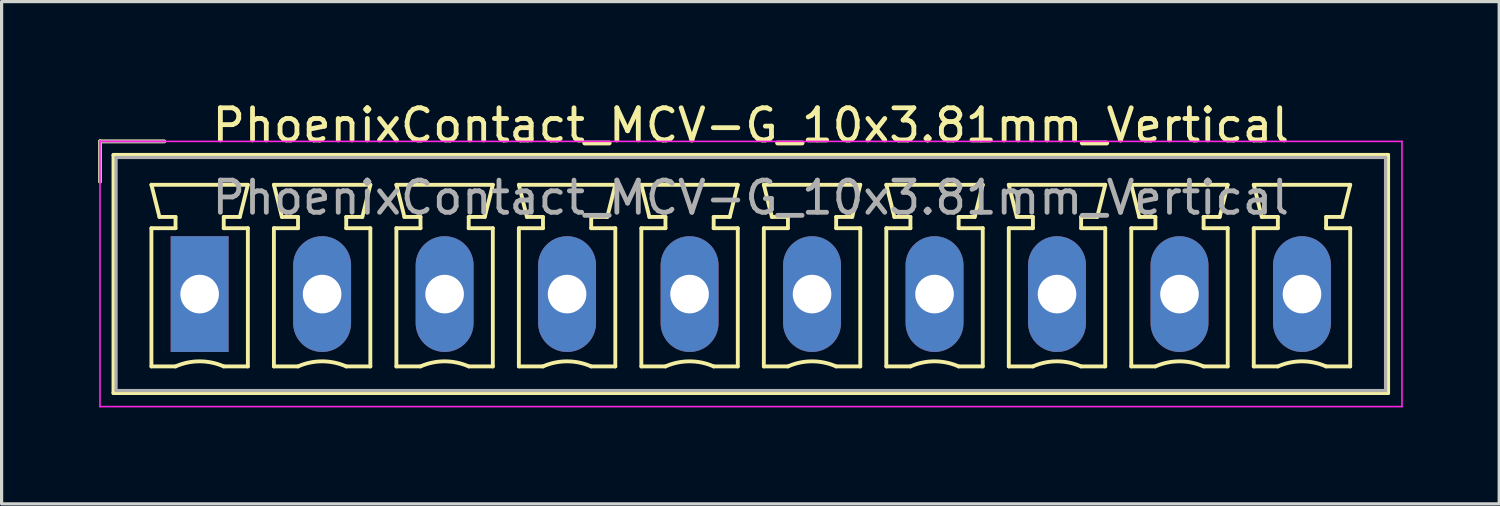
<source format=kicad_pcb>
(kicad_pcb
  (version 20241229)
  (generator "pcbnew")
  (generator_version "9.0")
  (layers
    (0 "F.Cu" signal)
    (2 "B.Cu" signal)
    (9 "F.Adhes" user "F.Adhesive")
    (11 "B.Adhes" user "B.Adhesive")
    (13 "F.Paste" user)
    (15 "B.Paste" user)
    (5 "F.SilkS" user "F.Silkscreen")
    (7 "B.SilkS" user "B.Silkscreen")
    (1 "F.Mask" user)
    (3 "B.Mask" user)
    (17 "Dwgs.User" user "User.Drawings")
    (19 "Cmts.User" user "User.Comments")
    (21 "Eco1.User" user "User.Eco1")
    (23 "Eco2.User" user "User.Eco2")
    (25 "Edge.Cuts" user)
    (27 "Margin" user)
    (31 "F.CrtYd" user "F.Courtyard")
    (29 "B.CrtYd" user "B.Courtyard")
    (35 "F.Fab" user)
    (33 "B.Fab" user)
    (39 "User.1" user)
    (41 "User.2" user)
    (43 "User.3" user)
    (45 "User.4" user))
  (footprint "PhoenixContact_MCV-G_10x3.81mm_Vertical"
    (layer "F.Cu")
    (at 3.16 6.098)
    (property "Reference" "PhoenixContact_MCV-G_10x3.81mm_Vertical" (at 17.145 -5.25 0) (layer "F.SilkS") (effects (font (size 1 1) (thickness 0.15))))
    (attr through_hole)
    (fp_line (start -3.1 -4.75) (end -1.1 -4.75) (stroke (width 0.12) (type solid)) (layer "F.SilkS"))
    (fp_line (start -3.1 -3.5) (end -3.1 -4.75) (stroke (width 0.12) (type solid)) (layer "F.SilkS"))
    (fp_line (start -2.68 -4.33) (end -2.68 3.08) (stroke (width 0.12) (type solid)) (layer "F.SilkS"))
    (fp_line (start -2.68 3.08) (end 36.97 3.08) (stroke (width 0.12) (type solid)) (layer "F.SilkS"))
    (fp_line (start -1.5 -3.4) (end 1.5 -3.4) (stroke (width 0.12) (type solid)) (layer "F.SilkS"))
    (fp_line (start -1.5 -2.05) (end -0.75 -2.05) (stroke (width 0.12) (type solid)) (layer "F.SilkS"))
    (fp_line (start -1.5 2.25) (end -1.5 -2.05) (stroke (width 0.12) (type solid)) (layer "F.SilkS"))
    (fp_line (start -1.25 -2.4) (end -1.5 -3.4) (stroke (width 0.12) (type solid)) (layer "F.SilkS"))
    (fp_line (start -0.75 -2.4) (end -1.25 -2.4) (stroke (width 0.12) (type solid)) (layer "F.SilkS"))
    (fp_line (start -0.75 -2.05) (end -0.75 -2.4) (stroke (width 0.12) (type solid)) (layer "F.SilkS"))
    (fp_line (start -0.75 2.25) (end -1.5 2.25) (stroke (width 0.12) (type solid)) (layer "F.SilkS"))
    (fp_line (start 0.75 -2.4) (end 0.75 -2.05) (stroke (width 0.12) (type solid)) (layer "F.SilkS"))
    (fp_line (start 0.75 -2.05) (end 1.5 -2.05) (stroke (width 0.12) (type solid)) (layer "F.SilkS"))
    (fp_line (start 1.25 -2.4) (end 0.75 -2.4) (stroke (width 0.12) (type solid)) (layer "F.SilkS"))
    (fp_line (start 1.5 -3.4) (end 1.25 -2.4) (stroke (width 0.12) (type solid)) (layer "F.SilkS"))
    (fp_line (start 1.5 -2.05) (end 1.5 2.25) (stroke (width 0.12) (type solid)) (layer "F.SilkS"))
    (fp_line (start 1.5 2.25) (end 0.75 2.25) (stroke (width 0.12) (type solid)) (layer "F.SilkS"))
    (fp_line (start 2.31 -3.4) (end 5.31 -3.4) (stroke (width 0.12) (type solid)) (layer "F.SilkS"))
    (fp_line (start 2.31 -2.05) (end 3.06 -2.05) (stroke (width 0.12) (type solid)) (layer "F.SilkS"))
    (fp_line (start 2.31 2.25) (end 2.31 -2.05) (stroke (width 0.12) (type solid)) (layer "F.SilkS"))
    (fp_line (start 2.56 -2.4) (end 2.31 -3.4) (stroke (width 0.12) (type solid)) (layer "F.SilkS"))
    (fp_line (start 3.06 -2.4) (end 2.56 -2.4) (stroke (width 0.12) (type solid)) (layer "F.SilkS"))
    (fp_line (start 3.06 -2.05) (end 3.06 -2.4) (stroke (width 0.12) (type solid)) (layer "F.SilkS"))
    (fp_line (start 3.06 2.25) (end 2.31 2.25) (stroke (width 0.12) (type solid)) (layer "F.SilkS"))
    (fp_line (start 4.56 -2.4) (end 4.56 -2.05) (stroke (width 0.12) (type solid)) (layer "F.SilkS"))
    (fp_line (start 4.56 -2.05) (end 5.31 -2.05) (stroke (width 0.12) (type solid)) (layer "F.SilkS"))
    (fp_line (start 5.06 -2.4) (end 4.56 -2.4) (stroke (width 0.12) (type solid)) (layer "F.SilkS"))
    (fp_line (start 5.31 -3.4) (end 5.06 -2.4) (stroke (width 0.12) (type solid)) (layer "F.SilkS"))
    (fp_line (start 5.31 -2.05) (end 5.31 2.25) (stroke (width 0.12) (type solid)) (layer "F.SilkS"))
    (fp_line (start 5.31 2.25) (end 4.56 2.25) (stroke (width 0.12) (type solid)) (layer "F.SilkS"))
    (fp_line (start 6.12 -3.4) (end 9.12 -3.4) (stroke (width 0.12) (type solid)) (layer "F.SilkS"))
    (fp_line (start 6.12 -2.05) (end 6.87 -2.05) (stroke (width 0.12) (type solid)) (layer "F.SilkS"))
    (fp_line (start 6.12 2.25) (end 6.12 -2.05) (stroke (width 0.12) (type solid)) (layer "F.SilkS"))
    (fp_line (start 6.37 -2.4) (end 6.12 -3.4) (stroke (width 0.12) (type solid)) (layer "F.SilkS"))
    (fp_line (start 6.87 -2.4) (end 6.37 -2.4) (stroke (width 0.12) (type solid)) (layer "F.SilkS"))
    (fp_line (start 6.87 -2.05) (end 6.87 -2.4) (stroke (width 0.12) (type solid)) (layer "F.SilkS"))
    (fp_line (start 6.87 2.25) (end 6.12 2.25) (stroke (width 0.12) (type solid)) (layer "F.SilkS"))
    (fp_line (start 8.37 -2.4) (end 8.37 -2.05) (stroke (width 0.12) (type solid)) (layer "F.SilkS"))
    (fp_line (start 8.37 -2.05) (end 9.12 -2.05) (stroke (width 0.12) (type solid)) (layer "F.SilkS"))
    (fp_line (start 8.87 -2.4) (end 8.37 -2.4) (stroke (width 0.12) (type solid)) (layer "F.SilkS"))
    (fp_line (start 9.12 -3.4) (end 8.87 -2.4) (stroke (width 0.12) (type solid)) (layer "F.SilkS"))
    (fp_line (start 9.12 -2.05) (end 9.12 2.25) (stroke (width 0.12) (type solid)) (layer "F.SilkS"))
    (fp_line (start 9.12 2.25) (end 8.37 2.25) (stroke (width 0.12) (type solid)) (layer "F.SilkS"))
    (fp_line (start 9.93 -3.4) (end 12.93 -3.4) (stroke (width 0.12) (type solid)) (layer "F.SilkS"))
    (fp_line (start 9.93 -2.05) (end 10.68 -2.05) (stroke (width 0.12) (type solid)) (layer "F.SilkS"))
    (fp_line (start 9.93 2.25) (end 9.93 -2.05) (stroke (width 0.12) (type solid)) (layer "F.SilkS"))
    (fp_line (start 10.18 -2.4) (end 9.93 -3.4) (stroke (width 0.12) (type solid)) (layer "F.SilkS"))
    (fp_line (start 10.68 -2.4) (end 10.18 -2.4) (stroke (width 0.12) (type solid)) (layer "F.SilkS"))
    (fp_line (start 10.68 -2.05) (end 10.68 -2.4) (stroke (width 0.12) (type solid)) (layer "F.SilkS"))
    (fp_line (start 10.68 2.25) (end 9.93 2.25) (stroke (width 0.12) (type solid)) (layer "F.SilkS"))
    (fp_line (start 12.18 -2.4) (end 12.18 -2.05) (stroke (width 0.12) (type solid)) (layer "F.SilkS"))
    (fp_line (start 12.18 -2.05) (end 12.93 -2.05) (stroke (width 0.12) (type solid)) (layer "F.SilkS"))
    (fp_line (start 12.68 -2.4) (end 12.18 -2.4) (stroke (width 0.12) (type solid)) (layer "F.SilkS"))
    (fp_line (start 12.93 -3.4) (end 12.68 -2.4) (stroke (width 0.12) (type solid)) (layer "F.SilkS"))
    (fp_line (start 12.93 -2.05) (end 12.93 2.25) (stroke (width 0.12) (type solid)) (layer "F.SilkS"))
    (fp_line (start 12.93 2.25) (end 12.18 2.25) (stroke (width 0.12) (type solid)) (layer "F.SilkS"))
    (fp_line (start 13.74 -3.4) (end 16.74 -3.4) (stroke (width 0.12) (type solid)) (layer "F.SilkS"))
    (fp_line (start 13.74 -2.05) (end 14.49 -2.05) (stroke (width 0.12) (type solid)) (layer "F.SilkS"))
    (fp_line (start 13.74 2.25) (end 13.74 -2.05) (stroke (width 0.12) (type solid)) (layer "F.SilkS"))
    (fp_line (start 13.99 -2.4) (end 13.74 -3.4) (stroke (width 0.12) (type solid)) (layer "F.SilkS"))
    (fp_line (start 14.49 -2.4) (end 13.99 -2.4) (stroke (width 0.12) (type solid)) (layer "F.SilkS"))
    (fp_line (start 14.49 -2.05) (end 14.49 -2.4) (stroke (width 0.12) (type solid)) (layer "F.SilkS"))
    (fp_line (start 14.49 2.25) (end 13.74 2.25) (stroke (width 0.12) (type solid)) (layer "F.SilkS"))
    (fp_line (start 15.99 -2.4) (end 15.99 -2.05) (stroke (width 0.12) (type solid)) (layer "F.SilkS"))
    (fp_line (start 15.99 -2.05) (end 16.74 -2.05) (stroke (width 0.12) (type solid)) (layer "F.SilkS"))
    (fp_line (start 16.49 -2.4) (end 15.99 -2.4) (stroke (width 0.12) (type solid)) (layer "F.SilkS"))
    (fp_line (start 16.74 -3.4) (end 16.49 -2.4) (stroke (width 0.12) (type solid)) (layer "F.SilkS"))
    (fp_line (start 16.74 -2.05) (end 16.74 2.25) (stroke (width 0.12) (type solid)) (layer "F.SilkS"))
    (fp_line (start 16.74 2.25) (end 15.99 2.25) (stroke (width 0.12) (type solid)) (layer "F.SilkS"))
    (fp_line (start 17.55 -3.4) (end 20.55 -3.4) (stroke (width 0.12) (type solid)) (layer "F.SilkS"))
    (fp_line (start 17.55 -2.05) (end 18.3 -2.05) (stroke (width 0.12) (type solid)) (layer "F.SilkS"))
    (fp_line (start 17.55 2.25) (end 17.55 -2.05) (stroke (width 0.12) (type solid)) (layer "F.SilkS"))
    (fp_line (start 17.8 -2.4) (end 17.55 -3.4) (stroke (width 0.12) (type solid)) (layer "F.SilkS"))
    (fp_line (start 18.3 -2.4) (end 17.8 -2.4) (stroke (width 0.12) (type solid)) (layer "F.SilkS"))
    (fp_line (start 18.3 -2.05) (end 18.3 -2.4) (stroke (width 0.12) (type solid)) (layer "F.SilkS"))
    (fp_line (start 18.3 2.25) (end 17.55 2.25) (stroke (width 0.12) (type solid)) (layer "F.SilkS"))
    (fp_line (start 19.8 -2.4) (end 19.8 -2.05) (stroke (width 0.12) (type solid)) (layer "F.SilkS"))
    (fp_line (start 19.8 -2.05) (end 20.55 -2.05) (stroke (width 0.12) (type solid)) (layer "F.SilkS"))
    (fp_line (start 20.3 -2.4) (end 19.8 -2.4) (stroke (width 0.12) (type solid)) (layer "F.SilkS"))
    (fp_line (start 20.55 -3.4) (end 20.3 -2.4) (stroke (width 0.12) (type solid)) (layer "F.SilkS"))
    (fp_line (start 20.55 -2.05) (end 20.55 2.25) (stroke (width 0.12) (type solid)) (layer "F.SilkS"))
    (fp_line (start 20.55 2.25) (end 19.8 2.25) (stroke (width 0.12) (type solid)) (layer "F.SilkS"))
    (fp_line (start 21.36 -3.4) (end 24.36 -3.4) (stroke (width 0.12) (type solid)) (layer "F.SilkS"))
    (fp_line (start 21.36 -2.05) (end 22.11 -2.05) (stroke (width 0.12) (type solid)) (layer "F.SilkS"))
    (fp_line (start 21.36 2.25) (end 21.36 -2.05) (stroke (width 0.12) (type solid)) (layer "F.SilkS"))
    (fp_line (start 21.61 -2.4) (end 21.36 -3.4) (stroke (width 0.12) (type solid)) (layer "F.SilkS"))
    (fp_line (start 22.11 -2.4) (end 21.61 -2.4) (stroke (width 0.12) (type solid)) (layer "F.SilkS"))
    (fp_line (start 22.11 -2.05) (end 22.11 -2.4) (stroke (width 0.12) (type solid)) (layer "F.SilkS"))
    (fp_line (start 22.11 2.25) (end 21.36 2.25) (stroke (width 0.12) (type solid)) (layer "F.SilkS"))
    (fp_line (start 23.61 -2.4) (end 23.61 -2.05) (stroke (width 0.12) (type solid)) (layer "F.SilkS"))
    (fp_line (start 23.61 -2.05) (end 24.36 -2.05) (stroke (width 0.12) (type solid)) (layer "F.SilkS"))
    (fp_line (start 24.11 -2.4) (end 23.61 -2.4) (stroke (width 0.12) (type solid)) (layer "F.SilkS"))
    (fp_line (start 24.36 -3.4) (end 24.11 -2.4) (stroke (width 0.12) (type solid)) (layer "F.SilkS"))
    (fp_line (start 24.36 -2.05) (end 24.36 2.25) (stroke (width 0.12) (type solid)) (layer "F.SilkS"))
    (fp_line (start 24.36 2.25) (end 23.61 2.25) (stroke (width 0.12) (type solid)) (layer "F.SilkS"))
    (fp_line (start 25.17 -3.4) (end 28.17 -3.4) (stroke (width 0.12) (type solid)) (layer "F.SilkS"))
    (fp_line (start 25.17 -2.05) (end 25.92 -2.05) (stroke (width 0.12) (type solid)) (layer "F.SilkS"))
    (fp_line (start 25.17 2.25) (end 25.17 -2.05) (stroke (width 0.12) (type solid)) (layer "F.SilkS"))
    (fp_line (start 25.42 -2.4) (end 25.17 -3.4) (stroke (width 0.12) (type solid)) (layer "F.SilkS"))
    (fp_line (start 25.92 -2.4) (end 25.42 -2.4) (stroke (width 0.12) (type solid)) (layer "F.SilkS"))
    (fp_line (start 25.92 -2.05) (end 25.92 -2.4) (stroke (width 0.12) (type solid)) (layer "F.SilkS"))
    (fp_line (start 25.92 2.25) (end 25.17 2.25) (stroke (width 0.12) (type solid)) (layer "F.SilkS"))
    (fp_line (start 27.42 -2.4) (end 27.42 -2.05) (stroke (width 0.12) (type solid)) (layer "F.SilkS"))
    (fp_line (start 27.42 -2.05) (end 28.17 -2.05) (stroke (width 0.12) (type solid)) (layer "F.SilkS"))
    (fp_line (start 27.92 -2.4) (end 27.42 -2.4) (stroke (width 0.12) (type solid)) (layer "F.SilkS"))
    (fp_line (start 28.17 -3.4) (end 27.92 -2.4) (stroke (width 0.12) (type solid)) (layer "F.SilkS"))
    (fp_line (start 28.17 -2.05) (end 28.17 2.25) (stroke (width 0.12) (type solid)) (layer "F.SilkS"))
    (fp_line (start 28.17 2.25) (end 27.42 2.25) (stroke (width 0.12) (type solid)) (layer "F.SilkS"))
    (fp_line (start 28.98 -3.4) (end 31.98 -3.4) (stroke (width 0.12) (type solid)) (layer "F.SilkS"))
    (fp_line (start 28.98 -2.05) (end 29.73 -2.05) (stroke (width 0.12) (type solid)) (layer "F.SilkS"))
    (fp_line (start 28.98 2.25) (end 28.98 -2.05) (stroke (width 0.12) (type solid)) (layer "F.SilkS"))
    (fp_line (start 29.23 -2.4) (end 28.98 -3.4) (stroke (width 0.12) (type solid)) (layer "F.SilkS"))
    (fp_line (start 29.73 -2.4) (end 29.23 -2.4) (stroke (width 0.12) (type solid)) (layer "F.SilkS"))
    (fp_line (start 29.73 -2.05) (end 29.73 -2.4) (stroke (width 0.12) (type solid)) (layer "F.SilkS"))
    (fp_line (start 29.73 2.25) (end 28.98 2.25) (stroke (width 0.12) (type solid)) (layer "F.SilkS"))
    (fp_line (start 31.23 -2.4) (end 31.23 -2.05) (stroke (width 0.12) (type solid)) (layer "F.SilkS"))
    (fp_line (start 31.23 -2.05) (end 31.98 -2.05) (stroke (width 0.12) (type solid)) (layer "F.SilkS"))
    (fp_line (start 31.73 -2.4) (end 31.23 -2.4) (stroke (width 0.12) (type solid)) (layer "F.SilkS"))
    (fp_line (start 31.98 -3.4) (end 31.73 -2.4) (stroke (width 0.12) (type solid)) (layer "F.SilkS"))
    (fp_line (start 31.98 -2.05) (end 31.98 2.25) (stroke (width 0.12) (type solid)) (layer "F.SilkS"))
    (fp_line (start 31.98 2.25) (end 31.23 2.25) (stroke (width 0.12) (type solid)) (layer "F.SilkS"))
    (fp_line (start 32.79 -3.4) (end 35.79 -3.4) (stroke (width 0.12) (type solid)) (layer "F.SilkS"))
    (fp_line (start 32.79 -2.05) (end 33.54 -2.05) (stroke (width 0.12) (type solid)) (layer "F.SilkS"))
    (fp_line (start 32.79 2.25) (end 32.79 -2.05) (stroke (width 0.12) (type solid)) (layer "F.SilkS"))
    (fp_line (start 33.04 -2.4) (end 32.79 -3.4) (stroke (width 0.12) (type solid)) (layer "F.SilkS"))
    (fp_line (start 33.54 -2.4) (end 33.04 -2.4) (stroke (width 0.12) (type solid)) (layer "F.SilkS"))
    (fp_line (start 33.54 -2.05) (end 33.54 -2.4) (stroke (width 0.12) (type solid)) (layer "F.SilkS"))
    (fp_line (start 33.54 2.25) (end 32.79 2.25) (stroke (width 0.12) (type solid)) (layer "F.SilkS"))
    (fp_line (start 35.04 -2.4) (end 35.04 -2.05) (stroke (width 0.12) (type solid)) (layer "F.SilkS"))
    (fp_line (start 35.04 -2.05) (end 35.79 -2.05) (stroke (width 0.12) (type solid)) (layer "F.SilkS"))
    (fp_line (start 35.54 -2.4) (end 35.04 -2.4) (stroke (width 0.12) (type solid)) (layer "F.SilkS"))
    (fp_line (start 35.79 -3.4) (end 35.54 -2.4) (stroke (width 0.12) (type solid)) (layer "F.SilkS"))
    (fp_line (start 35.79 -2.05) (end 35.79 2.25) (stroke (width 0.12) (type solid)) (layer "F.SilkS"))
    (fp_line (start 35.79 2.25) (end 35.04 2.25) (stroke (width 0.12) (type solid)) (layer "F.SilkS"))
    (fp_line (start 36.97 -4.33) (end -2.68 -4.33) (stroke (width 0.12) (type solid)) (layer "F.SilkS"))
    (fp_line (start 36.97 3.08) (end 36.97 -4.33) (stroke (width 0.12) (type solid)) (layer "F.SilkS"))
    (fp_arc (start -0.75 2.25) (mid -0.000193 2.09191) (end 0.749647 2.249844) (stroke (width 0.12) (type solid)) (layer "F.SilkS"))
    (fp_arc (start 3.06 2.25) (mid 3.809807 2.09191) (end 4.559647 2.249844) (stroke (width 0.12) (type solid)) (layer "F.SilkS"))
    (fp_arc (start 6.87 2.25) (mid 7.619807 2.09191) (end 8.369647 2.249844) (stroke (width 0.12) (type solid)) (layer "F.SilkS"))
    (fp_arc (start 10.68 2.25) (mid 11.429807 2.09191) (end 12.179647 2.249844) (stroke (width 0.12) (type solid)) (layer "F.SilkS"))
    (fp_arc (start 14.49 2.25) (mid 15.239807 2.09191) (end 15.989647 2.249844) (stroke (width 0.12) (type solid)) (layer "F.SilkS"))
    (fp_arc (start 18.3 2.25) (mid 19.049807 2.09191) (end 19.799647 2.249844) (stroke (width 0.12) (type solid)) (layer "F.SilkS"))
    (fp_arc (start 22.11 2.25) (mid 22.859807 2.09191) (end 23.609647 2.249844) (stroke (width 0.12) (type solid)) (layer "F.SilkS"))
    (fp_arc (start 25.92 2.25) (mid 26.669807 2.09191) (end 27.419647 2.249844) (stroke (width 0.12) (type solid)) (layer "F.SilkS"))
    (fp_arc (start 29.73 2.25) (mid 30.479807 2.09191) (end 31.229647 2.249844) (stroke (width 0.12) (type solid)) (layer "F.SilkS"))
    (fp_arc (start 33.54 2.25) (mid 34.289807 2.09191) (end 35.039647 2.249844) (stroke (width 0.12) (type solid)) (layer "F.SilkS"))
    (fp_line (start -3.1 -4.75) (end -3.1 3.5) (stroke (width 0.05) (type solid)) (layer "F.CrtYd"))
    (fp_line (start -3.1 3.5) (end 37.4 3.5) (stroke (width 0.05) (type solid)) (layer "F.CrtYd"))
    (fp_line (start 37.4 -4.75) (end -3.1 -4.75) (stroke (width 0.05) (type solid)) (layer "F.CrtYd"))
    (fp_line (start 37.4 3.5) (end 37.4 -4.75) (stroke (width 0.05) (type solid)) (layer "F.CrtYd"))
    (fp_line (start -3.1 -4.75) (end -1.1 -4.75) (stroke (width 0.1) (type solid)) (layer "F.Fab"))
    (fp_line (start -3.1 -3.5) (end -3.1 -4.75) (stroke (width 0.1) (type solid)) (layer "F.Fab"))
    (fp_line (start -2.6 -4.25) (end -2.6 3) (stroke (width 0.1) (type solid)) (layer "F.Fab"))
    (fp_line (start -2.6 3) (end 36.89 3) (stroke (width 0.1) (type solid)) (layer "F.Fab"))
    (fp_line (start 36.89 -4.25) (end -2.6 -4.25) (stroke (width 0.1) (type solid)) (layer "F.Fab"))
    (fp_line (start 36.89 3) (end 36.89 -4.25) (stroke (width 0.1) (type solid)) (layer "F.Fab"))
    (fp_text user "${REFERENCE}" (at 17.145 -3 0) (layer "F.Fab") (effects (font (size 1 1) (thickness 0.15))))
    (pad "1" thru_hole rect (at 0 0) (size 1.8 3.6) (drill 1.2) (layers "*.Cu" "*.Mask"))
    (pad "2" thru_hole oval (at 3.81 0) (size 1.8 3.6) (drill 1.2) (layers "*.Cu" "*.Mask"))
    (pad "3" thru_hole oval (at 7.62 0) (size 1.8 3.6) (drill 1.2) (layers "*.Cu" "*.Mask"))
    (pad "4" thru_hole oval (at 11.43 0) (size 1.8 3.6) (drill 1.2) (layers "*.Cu" "*.Mask"))
    (pad "5" thru_hole oval (at 15.24 0) (size 1.8 3.6) (drill 1.2) (layers "*.Cu" "*.Mask"))
    (pad "6" thru_hole oval (at 19.05 0) (size 1.8 3.6) (drill 1.2) (layers "*.Cu" "*.Mask"))
    (pad "7" thru_hole oval (at 22.86 0) (size 1.8 3.6) (drill 1.2) (layers "*.Cu" "*.Mask"))
    (pad "8" thru_hole oval (at 26.67 0) (size 1.8 3.6) (drill 1.2) (layers "*.Cu" "*.Mask"))
    (pad "9" thru_hole oval (at 30.48 0) (size 1.8 3.6) (drill 1.2) (layers "*.Cu" "*.Mask"))
    (pad "10" thru_hole oval (at 34.29 0) (size 1.8 3.6) (drill 1.2) (layers "*.Cu" "*.Mask")))
  (gr_rect
    (start -3 -3)
    (end 43.585 12.623)
    (stroke (width 0.1) (type default))
    (fill no)
    (layer "Edge.Cuts")))
</source>
